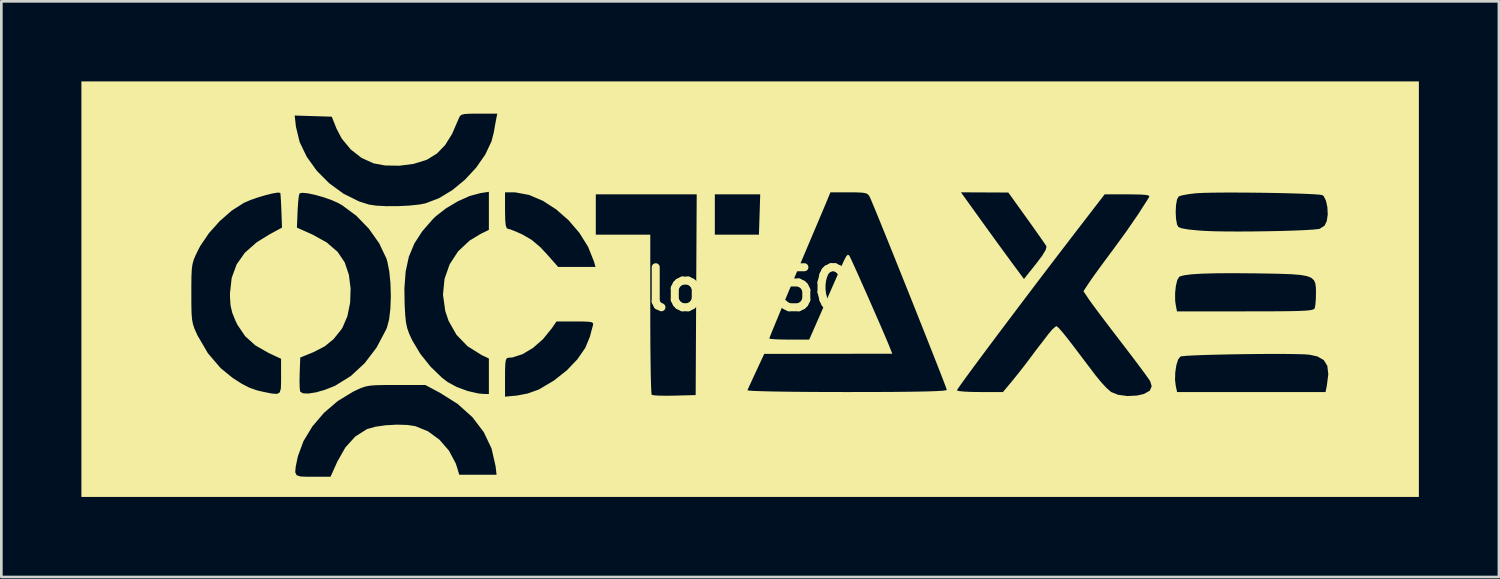
<source format=kicad_pcb>
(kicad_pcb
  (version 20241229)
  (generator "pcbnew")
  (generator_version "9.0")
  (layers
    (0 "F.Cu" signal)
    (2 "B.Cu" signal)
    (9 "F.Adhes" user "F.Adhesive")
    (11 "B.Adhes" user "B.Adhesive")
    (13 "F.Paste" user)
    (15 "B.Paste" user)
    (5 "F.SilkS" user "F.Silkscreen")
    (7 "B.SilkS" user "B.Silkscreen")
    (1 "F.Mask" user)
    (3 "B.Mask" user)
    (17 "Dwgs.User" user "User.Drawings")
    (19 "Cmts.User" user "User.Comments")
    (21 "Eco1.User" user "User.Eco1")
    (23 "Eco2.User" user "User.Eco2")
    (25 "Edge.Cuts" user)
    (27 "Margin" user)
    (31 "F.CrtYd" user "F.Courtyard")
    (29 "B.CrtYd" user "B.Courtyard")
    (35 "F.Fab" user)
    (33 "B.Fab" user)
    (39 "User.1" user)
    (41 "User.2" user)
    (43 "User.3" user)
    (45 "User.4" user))
  (footprint "logo50"
    (layer "F.Cu")
    (at 25.022 7.786)
    (property "Reference" "logo50" (at 0 0 0) (layer "F.SilkS") (effects (font (size 1.5 1.5) (thickness 0.3))))
    (attr board_only exclude_from_pos_files exclude_from_bom)
    (fp_poly (pts (xy 25.098 0) (xy 25.098 7.786) (xy 0.038 7.786) (xy -25.022 7.786) (xy -25.022 6.861) (xy -17.009 6.861) (xy -16.956 6.972) (xy -16.81 7.02) (xy -16.549 7.03) (xy -16.347 7.03) (xy -15.686 7.03) (xy -15.432 6.464) (xy -15.128 5.929) (xy -14.759 5.522) (xy -14.33 5.251) (xy -14.299 5.238) (xy -14.004 5.155) (xy -13.618 5.1) (xy -13.197 5.077) (xy -12.8 5.089) (xy -12.506 5.134) (xy -12.032 5.327) (xy -11.604 5.642) (xy -11.249 6.05) (xy -10.997 6.523) (xy -10.948 6.668) (xy -10.862 6.955) (xy -10.163 6.955) (xy -9.464 6.955) (xy -9.501 6.633) (xy -9.652 5.97) (xy -9.944 5.356) (xy -10.37 4.796) (xy -10.924 4.3) (xy -11.572 3.891) (xy -12.133 3.591) (xy -13.231 3.591) (xy -13.66 3.592) (xy -13.972 3.598) (xy -14.201 3.615) (xy -14.379 3.649) (xy -14.542 3.703) (xy -14.722 3.785) (xy -14.845 3.845) (xy -15.416 4.193) (xy -15.931 4.634) (xy -16.365 5.142) (xy -16.698 5.691) (xy -16.906 6.253) (xy -16.925 6.335) (xy -16.991 6.657) (xy -17.009 6.861) (xy -25.022 6.861) (xy -25.022 0.15) (xy -20.902 0.15) (xy -20.901 0.582) (xy -20.894 0.896) (xy -20.876 1.127) (xy -20.842 1.307) (xy -20.788 1.472) (xy -20.708 1.653) (xy -20.668 1.739) (xy -20.28 2.403) (xy -19.805 2.958) (xy -19.357 3.323) (xy -19.01 3.546) (xy -18.721 3.694) (xy -18.435 3.794) (xy -18.181 3.853) (xy -17.881 3.912) (xy -17.693 3.925) (xy -17.59 3.87) (xy -17.547 3.722) (xy -17.539 3.459) (xy -17.539 3.269) (xy -17.54 2.608) (xy -17.998 2.395) (xy -18.503 2.107) (xy -18.886 1.762) (xy -19.176 1.332) (xy -19.244 1.192) (xy -19.367 0.89) (xy -19.431 0.622) (xy -19.453 0.313) (xy -19.454 0.151) (xy -19.39 -0.422) (xy -19.207 -0.923) (xy -18.898 -1.364) (xy -18.454 -1.755) (xy -17.992 -2.042) (xy -17.507 -2.306) (xy -16.945 -2.306) (xy -16.372 -2.051) (xy -15.83 -1.752) (xy -15.421 -1.399) (xy -15.154 -1.003) (xy -14.999 -0.541) (xy -14.933 -0.021) (xy -14.952 0.512) (xy -15.054 1.014) (xy -15.236 1.439) (xy -15.283 1.512) (xy -15.574 1.874) (xy -15.904 2.143) (xy -16.325 2.361) (xy -16.392 2.388) (xy -16.82 2.562) (xy -16.842 3.145) (xy -16.848 3.439) (xy -16.842 3.681) (xy -16.826 3.826) (xy -16.823 3.837) (xy -16.722 3.903) (xy -16.515 3.911) (xy -16.232 3.867) (xy -15.905 3.775) (xy -15.564 3.641) (xy -15.498 3.61) (xy -14.925 3.255) (xy -14.405 2.773) (xy -13.959 2.186) (xy -13.604 1.515) (xy -13.571 1.436) (xy -13.491 1.135) (xy -13.443 0.73) (xy -13.426 0.266) (xy -13.434 -0.02) (xy -12.918 -0.02) (xy -12.909 0.573) (xy -12.888 0.96) (xy -12.859 1.243) (xy -12.811 1.467) (xy -12.735 1.679) (xy -12.62 1.925) (xy -12.619 1.927) (xy -12.32 2.426) (xy -11.934 2.908) (xy -11.507 3.32) (xy -11.295 3.482) (xy -10.959 3.664) (xy -10.555 3.814) (xy -10.155 3.907) (xy -9.96 3.926) (xy -9.752 3.931) (xy -9.752 3.299) (xy -9.147 3.299) (xy -9.147 4.028) (xy -8.701 3.987) (xy -8.299 3.91) (xy -7.905 3.77) (xy -7.855 3.746) (xy -7.318 3.427) (xy -6.838 3.048) (xy -6.438 2.631) (xy -6.14 2.201) (xy -5.969 1.789) (xy -5.908 1.559) (xy -5.859 1.376) (xy -5.849 1.342) (xy -5.845 1.28) (xy -5.893 1.241) (xy -6.021 1.22) (xy -6.253 1.211) (xy -6.515 1.21) (xy -7.219 1.211) (xy -7.397 1.471) (xy -7.723 1.872) (xy -8.096 2.2) (xy -8.487 2.435) (xy -8.865 2.557) (xy -9.015 2.57) (xy -9.076 2.586) (xy -9.115 2.653) (xy -9.137 2.797) (xy -9.146 3.045) (xy -9.147 3.299) (xy -9.752 3.299) (xy -9.752 3.265) (xy -9.752 2.598) (xy -10.024 2.469) (xy -10.551 2.139) (xy -10.966 1.71) (xy -11.263 1.187) (xy -11.387 0.816) (xy -11.472 0.204) (xy -11.414 -0.384) (xy -11.223 -0.93) (xy -10.907 -1.415) (xy -10.475 -1.82) (xy -10.073 -2.064) (xy -9.752 -2.222) (xy -9.752 -2.935) (xy -9.752 -2.948) (xy -9.147 -2.948) (xy -9.14 -2.597) (xy -9.118 -2.38) (xy -9.079 -2.28) (xy -9.053 -2.268) (xy -8.94 -2.237) (xy -8.736 -2.157) (xy -8.499 -2.05) (xy -8.151 -1.849) (xy -7.825 -1.574) (xy -7.597 -1.332) (xy -7.155 -0.832) (xy -6.455 -0.832) (xy -5.756 -0.832) (xy -5.815 -1.039) (xy -6.034 -1.587) (xy -6.358 -2.107) (xy -6.764 -2.581) (xy -7.01 -2.797) (xy -5.745 -2.797) (xy -5.745 -2.041) (xy -4.725 -2.041) (xy -3.704 -2.041) (xy -3.704 0.932) (xy -3.703 1.589) (xy -3.699 2.197) (xy -3.693 2.742) (xy -3.686 3.206) (xy -3.676 3.573) (xy -3.666 3.827) (xy -3.655 3.95) (xy -3.651 3.959) (xy -3.558 3.978) (xy -3.348 3.991) (xy -3.055 3.994) (xy -2.801 3.99) (xy -2.003 3.969) (xy -2.002 3.788) (xy -0.063 3.788) (xy 0.005 3.802) (xy 0.212 3.815) (xy 0.545 3.826) (xy 0.992 3.836) (xy 1.54 3.844) (xy 2.177 3.85) (xy 2.891 3.854) (xy 3.66 3.855) (xy 4.614 3.854) (xy 5.42 3.85) (xy 6.084 3.843) (xy 6.608 3.834) (xy 6.998 3.821) (xy 7.256 3.806) (xy 7.35 3.793) (xy 7.786 3.793) (xy 7.857 3.817) (xy 8.049 3.838) (xy 8.332 3.851) (xy 8.65 3.855) (xy 9.513 3.855) (xy 9.844 3.458) (xy 10.07 3.179) (xy 10.323 2.856) (xy 10.511 2.608) (xy 10.685 2.374) (xy 10.831 2.181) (xy 10.919 2.068) (xy 10.924 2.062) (xy 11.012 1.949) (xy 11.15 1.768) (xy 11.226 1.669) (xy 11.37 1.5) (xy 11.488 1.4) (xy 11.528 1.388) (xy 11.602 1.454) (xy 11.744 1.615) (xy 11.932 1.848) (xy 12.115 2.084) (xy 12.37 2.421) (xy 12.637 2.774) (xy 12.876 3.089) (xy 12.984 3.232) (xy 13.189 3.483) (xy 13.394 3.703) (xy 13.557 3.847) (xy 13.569 3.855) (xy 13.831 3.959) (xy 14.173 4.005) (xy 14.535 3.987) (xy 14.799 3.926) (xy 15.014 3.805) (xy 15.086 3.639) (xy 15.031 3.453) (xy 14.998 3.403) (xy 15.961 3.403) (xy 15.987 3.621) (xy 16.038 3.855) (xy 18.82 3.855) (xy 21.601 3.855) (xy 21.649 3.619) (xy 21.704 3.191) (xy 21.668 2.875) (xy 21.534 2.656) (xy 21.292 2.519) (xy 20.997 2.456) (xy 20.805 2.442) (xy 20.499 2.433) (xy 20.102 2.428) (xy 19.636 2.427) (xy 19.125 2.429) (xy 18.591 2.435) (xy 18.058 2.443) (xy 17.549 2.454) (xy 17.086 2.466) (xy 16.693 2.481) (xy 16.392 2.497) (xy 16.207 2.515) (xy 16.163 2.525) (xy 16.077 2.634) (xy 16.01 2.848) (xy 15.969 3.12) (xy 15.961 3.403) (xy 14.998 3.403) (xy 14.96 3.346) (xy 14.812 3.14) (xy 14.6 2.854) (xy 14.34 2.509) (xy 14.046 2.124) (xy 13.924 1.965) (xy 13.614 1.561) (xy 13.324 1.179) (xy 13.07 0.843) (xy 12.871 0.574) (xy 12.742 0.395) (xy 12.717 0.359) (xy 12.571 0.139) (xy 15.964 0.139) (xy 15.964 0.413) (xy 15.982 0.561) (xy 16.033 0.832) (xy 18.592 0.832) (xy 19.288 0.831) (xy 19.848 0.829) (xy 20.286 0.824) (xy 20.618 0.816) (xy 20.858 0.804) (xy 21.022 0.788) (xy 21.123 0.767) (xy 21.177 0.739) (xy 21.196 0.712) (xy 21.221 0.574) (xy 21.238 0.343) (xy 21.242 0.147) (xy 21.239 -0.055) (xy 21.219 -0.214) (xy 21.166 -0.336) (xy 21.065 -0.427) (xy 20.899 -0.491) (xy 20.652 -0.534) (xy 20.308 -0.561) (xy 19.853 -0.577) (xy 19.268 -0.588) (xy 18.978 -0.592) (xy 18.169 -0.599) (xy 17.503 -0.595) (xy 16.974 -0.581) (xy 16.574 -0.556) (xy 16.297 -0.52) (xy 16.135 -0.473) (xy 16.119 -0.464) (xy 16.047 -0.349) (xy 15.993 -0.131) (xy 15.964 0.139) (xy 12.571 0.139) (xy 12.529 0.076) (xy 12.741 -0.246) (xy 12.865 -0.426) (xy 13.057 -0.693) (xy 13.292 -1.015) (xy 13.547 -1.358) (xy 13.606 -1.436) (xy 14.124 -2.146) (xy 14.594 -2.829) (xy 14.634 -2.892) (xy 15.985 -2.892) (xy 15.998 -2.632) (xy 16.036 -2.424) (xy 16.084 -2.331) (xy 16.208 -2.281) (xy 16.466 -2.236) (xy 16.84 -2.199) (xy 17.067 -2.184) (xy 17.409 -2.17) (xy 17.837 -2.163) (xy 18.327 -2.16) (xy 18.852 -2.163) (xy 19.389 -2.17) (xy 19.91 -2.18) (xy 20.391 -2.195) (xy 20.807 -2.212) (xy 21.131 -2.232) (xy 21.339 -2.254) (xy 21.381 -2.263) (xy 21.563 -2.378) (xy 21.647 -2.551) (xy 21.683 -2.798) (xy 21.67 -3.07) (xy 21.617 -3.316) (xy 21.532 -3.485) (xy 21.484 -3.523) (xy 21.371 -3.542) (xy 21.13 -3.559) (xy 20.784 -3.575) (xy 20.356 -3.589) (xy 19.87 -3.601) (xy 19.348 -3.611) (xy 18.814 -3.617) (xy 18.29 -3.62) (xy 17.801 -3.62) (xy 17.368 -3.616) (xy 17.016 -3.608) (xy 16.767 -3.595) (xy 16.741 -3.593) (xy 16.459 -3.559) (xy 16.229 -3.517) (xy 16.099 -3.476) (xy 16.098 -3.475) (xy 16.036 -3.363) (xy 15.998 -3.152) (xy 15.985 -2.892) (xy 14.634 -2.892) (xy 14.986 -3.443) (xy 14.995 -3.458) (xy 14.988 -3.501) (xy 14.893 -3.529) (xy 14.692 -3.545) (xy 14.366 -3.552) (xy 14.188 -3.553) (xy 13.323 -3.553) (xy 12.202 -2.098) (xy 11.75 -1.509) (xy 11.285 -0.9) (xy 10.813 -0.281) (xy 10.346 0.336) (xy 9.892 0.937) (xy 9.459 1.512) (xy 9.056 2.049) (xy 8.694 2.535) (xy 8.38 2.959) (xy 8.123 3.309) (xy 7.933 3.573) (xy 7.818 3.738) (xy 7.786 3.793) (xy 7.35 3.793) (xy 7.388 3.787) (xy 7.408 3.775) (xy 7.381 3.693) (xy 7.304 3.488) (xy 7.183 3.174) (xy 7.024 2.769) (xy 6.835 2.289) (xy 6.622 1.75) (xy 6.39 1.167) (xy 6.148 0.558) (xy 5.9 -0.062) (xy 5.654 -0.676) (xy 5.416 -1.269) (xy 5.193 -1.823) (xy 4.99 -2.323) (xy 4.815 -2.753) (xy 4.674 -3.097) (xy 4.573 -3.337) (xy 4.52 -3.458) (xy 4.52 -3.458) (xy 4.468 -3.539) (xy 4.39 -3.589) (xy 4.253 -3.616) (xy 4.024 -3.627) (xy 3.741 -3.629) (xy 7.938 -3.629) (xy 8.631 -2.665) (xy 8.921 -2.263) (xy 9.228 -1.839) (xy 9.52 -1.438) (xy 9.764 -1.105) (xy 9.811 -1.041) (xy 10.299 -0.381) (xy 10.748 -0.944) (xy 10.982 -1.253) (xy 11.112 -1.467) (xy 11.144 -1.595) (xy 11.136 -1.616) (xy 11.072 -1.713) (xy 10.937 -1.908) (xy 10.747 -2.178) (xy 10.52 -2.498) (xy 10.394 -2.673) (xy 9.714 -3.621) (xy 8.826 -3.625) (xy 7.938 -3.629) (xy 3.741 -3.629) (xy 3.047 -3.629) (xy 2.93 -3.345) (xy 2.852 -3.158) (xy 2.733 -2.875) (xy 2.59 -2.537) (xy 2.476 -2.268) (xy 2.169 -1.543) (xy 1.877 -0.854) (xy 1.608 -0.216) (xy 1.367 0.361) (xy 1.157 0.861) (xy 0.987 1.273) (xy 0.859 1.584) (xy 0.78 1.78) (xy 0.756 1.849) (xy 0.826 1.866) (xy 1.015 1.88) (xy 1.291 1.888) (xy 1.504 1.89) (xy 2.252 1.89) (xy 2.708 0.85) (xy 2.896 0.422) (xy 3.088 -0.015) (xy 3.264 -0.416) (xy 3.404 -0.735) (xy 3.426 -0.786) (xy 3.554 -1.069) (xy 3.64 -1.232) (xy 3.699 -1.292) (xy 3.745 -1.269) (xy 3.769 -1.229) (xy 3.829 -1.105) (xy 3.938 -0.867) (xy 4.085 -0.542) (xy 4.257 -0.155) (xy 4.445 0.268) (xy 4.635 0.701) (xy 4.818 1.119) (xy 4.982 1.496) (xy 5.115 1.806) (xy 5.207 2.024) (xy 5.222 2.06) (xy 5.365 2.419) (xy 2.966 2.422) (xy 0.567 2.425) (xy 0.265 3.073) (xy 0.131 3.362) (xy 0.021 3.6) (xy -0.048 3.753) (xy -0.063 3.788) (xy -2.002 3.788) (xy -1.984 0.208) (xy -1.964 -3.553) (xy -1.285 -3.553) (xy -1.285 -2.797) (xy -1.285 -2.041) (xy -0.459 -2.041) (xy 0.368 -2.041) (xy 0.392 -2.797) (xy 0.416 -3.553) (xy -0.435 -3.553) (xy -1.285 -3.553) (xy -1.964 -3.553) (xy -3.855 -3.553) (xy -5.745 -3.553) (xy -5.745 -2.797) (xy -7.01 -2.797) (xy -7.229 -2.989) (xy -7.731 -3.313) (xy -8.247 -3.531) (xy -8.753 -3.626) (xy -8.843 -3.629) (xy -9.147 -3.629) (xy -9.147 -2.948) (xy -9.752 -2.948) (xy -9.752 -3.648) (xy -10.073 -3.599) (xy -10.474 -3.49) (xy -10.92 -3.29) (xy -11.359 -3.028) (xy -11.742 -2.73) (xy -11.845 -2.631) (xy -12.246 -2.173) (xy -12.544 -1.712) (xy -12.75 -1.218) (xy -12.871 -0.663) (xy -12.918 -0.02) (xy -13.434 -0.02) (xy -13.44 -0.213) (xy -13.484 -0.664) (xy -13.559 -1.041) (xy -13.591 -1.147) (xy -13.862 -1.717) (xy -14.249 -2.265) (xy -14.72 -2.752) (xy -15.242 -3.139) (xy -15.402 -3.23) (xy -15.656 -3.343) (xy -15.955 -3.447) (xy -16.262 -3.533) (xy -16.538 -3.591) (xy -16.747 -3.612) (xy -16.846 -3.59) (xy -16.872 -3.496) (xy -16.897 -3.29) (xy -16.916 -3.012) (xy -16.92 -2.923) (xy -16.945 -2.306) (xy -17.507 -2.306) (xy -17.504 -2.307) (xy -17.528 -2.949) (xy -17.541 -3.242) (xy -17.554 -3.47) (xy -17.566 -3.596) (xy -17.57 -3.609) (xy -17.667 -3.619) (xy -17.867 -3.585) (xy -18.132 -3.519) (xy -18.423 -3.432) (xy -18.702 -3.334) (xy -18.929 -3.235) (xy -18.932 -3.234) (xy -19.386 -2.945) (xy -19.837 -2.551) (xy -20.245 -2.095) (xy -20.568 -1.618) (xy -20.643 -1.475) (xy -20.744 -1.266) (xy -20.815 -1.095) (xy -20.86 -0.929) (xy -20.886 -0.734) (xy -20.898 -0.475) (xy -20.902 -0.119) (xy -20.902 0.15) (xy -25.022 0.15) (xy -25.022 0) (xy -25.022 -6.507) (xy -17.03 -6.507) (xy -16.98 -6.074) (xy -16.841 -5.508) (xy -16.573 -4.953) (xy -16.196 -4.431) (xy -15.731 -3.965) (xy -15.198 -3.577) (xy -14.619 -3.289) (xy -14.25 -3.171) (xy -13.971 -3.13) (xy -13.592 -3.11) (xy -13.164 -3.111) (xy -12.735 -3.132) (xy -12.357 -3.172) (xy -12.13 -3.215) (xy -11.622 -3.408) (xy -11.119 -3.713) (xy -10.645 -4.105) (xy -10.227 -4.556) (xy -9.889 -5.042) (xy -9.655 -5.535) (xy -9.571 -5.859) (xy -9.526 -6.113) (xy -9.484 -6.343) (xy -9.479 -6.369) (xy -9.437 -6.577) (xy -10.126 -6.577) (xy -10.451 -6.575) (xy -10.657 -6.564) (xy -10.776 -6.535) (xy -10.841 -6.48) (xy -10.884 -6.389) (xy -10.892 -6.369) (xy -11.131 -5.817) (xy -11.394 -5.396) (xy -11.697 -5.084) (xy -12.057 -4.861) (xy -12.114 -4.836) (xy -12.576 -4.694) (xy -13.108 -4.626) (xy -13.641 -4.635) (xy -14.068 -4.713) (xy -14.521 -4.917) (xy -14.933 -5.239) (xy -15.269 -5.648) (xy -15.459 -6.01) (xy -15.64 -6.463) (xy -16.335 -6.485) (xy -17.03 -6.507) (xy -25.022 -6.507) (xy -25.022 -7.786) (xy 0.038 -7.786) (xy 25.098 -7.786)) (stroke (width 0) (type solid)) (fill yes) (layer "F.SilkS")))
  (gr_rect
    (start -3 -3)
    (end 53.12 18.573)
    (stroke (width 0.1) (type default))
    (fill no)
    (layer "Edge.Cuts")))
</source>
